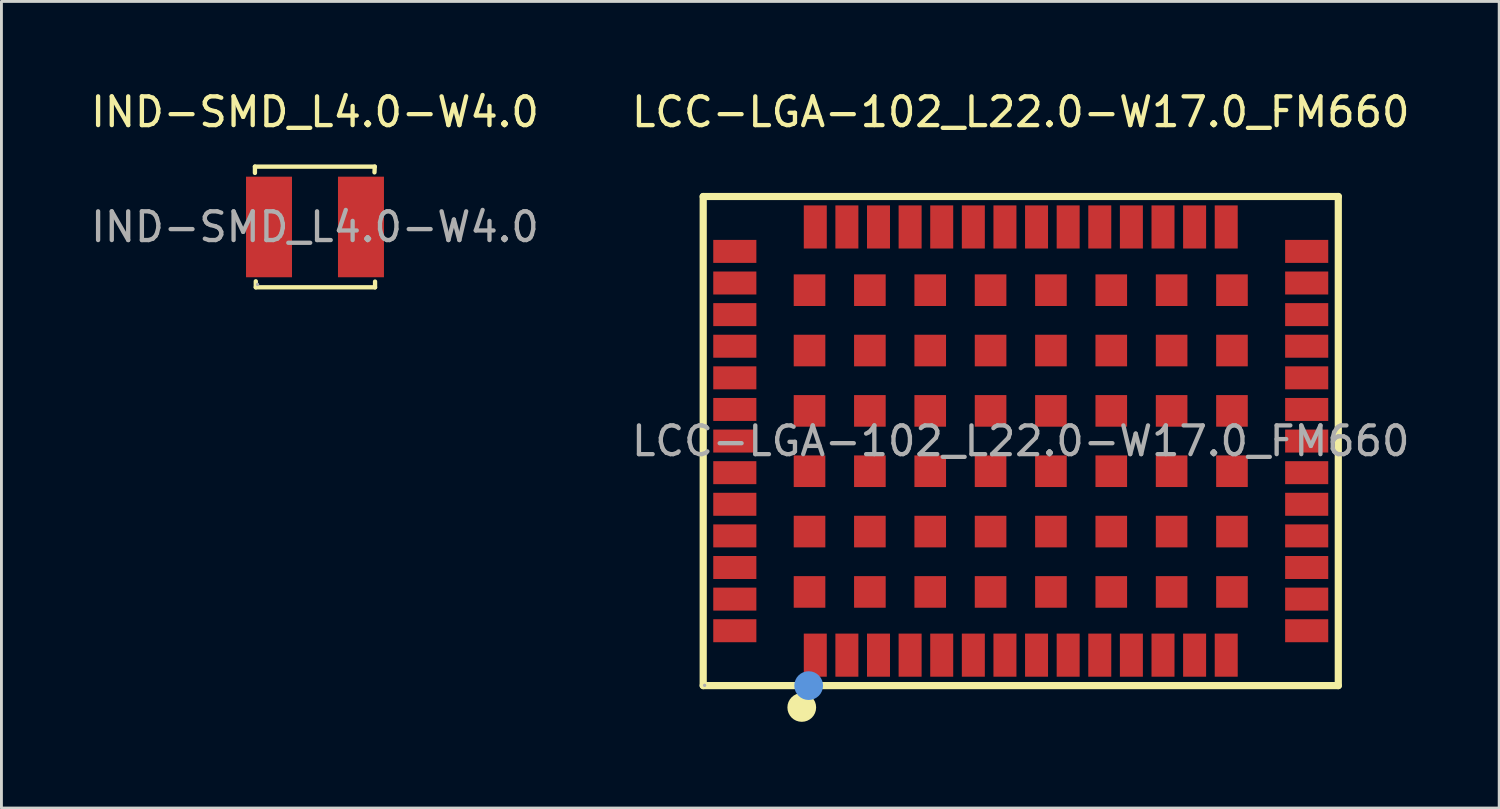
<source format=kicad_pcb>
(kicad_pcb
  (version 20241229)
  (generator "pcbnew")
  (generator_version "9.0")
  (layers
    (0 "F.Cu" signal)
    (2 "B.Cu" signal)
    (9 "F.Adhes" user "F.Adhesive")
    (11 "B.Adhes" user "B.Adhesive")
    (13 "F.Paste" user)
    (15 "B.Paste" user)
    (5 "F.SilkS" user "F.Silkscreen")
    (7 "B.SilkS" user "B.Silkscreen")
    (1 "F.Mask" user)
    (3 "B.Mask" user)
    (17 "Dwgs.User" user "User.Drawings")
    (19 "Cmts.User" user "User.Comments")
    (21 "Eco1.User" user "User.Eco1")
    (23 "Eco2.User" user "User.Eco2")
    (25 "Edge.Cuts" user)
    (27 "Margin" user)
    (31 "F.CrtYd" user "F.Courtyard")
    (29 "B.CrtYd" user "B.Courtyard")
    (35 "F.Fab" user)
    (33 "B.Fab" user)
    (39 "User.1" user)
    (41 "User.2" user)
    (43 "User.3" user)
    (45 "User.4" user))
  (footprint "LCC-LGA-102_L22.0-W17.0_FM660"
    (layer "F.Cu")
    (at 32.47 12.298)
    (property "Reference" "LCC-LGA-102_L22.0-W17.0_FM660" (at 0 -11.45 0) (layer "F.SilkS") (effects (font (size 1 1) (thickness 0.15))))
    (attr smd)
    (fp_line (start -11.05 -8.51) (end 11.05 -8.51) (stroke (width 0.25) (type solid)) (layer "F.SilkS"))
    (fp_line (start -11.05 8.51) (end -11.05 -8.51) (stroke (width 0.25) (type solid)) (layer "F.SilkS"))
    (fp_line (start 11.05 -8.51) (end 11.05 8.51) (stroke (width 0.25) (type solid)) (layer "F.SilkS"))
    (fp_line (start 11.05 8.51) (end -11.05 8.51) (stroke (width 0.25) (type solid)) (layer "F.SilkS"))
    (fp_circle (center -7.62 9.27) (end -7.37 9.27) (stroke (width 0.5) (type solid)) (fill no) (layer "F.SilkS"))
    (fp_circle (center -7.38 8.51) (end -7.13 8.51) (stroke (width 0.5) (type solid)) (fill no) (layer "Cmts.User"))
    (fp_circle (center -11 8.5) (end -10.97 8.5) (stroke (width 0.06) (type solid)) (fill no) (layer "F.Fab"))
    (fp_text user "${REFERENCE}" (at 0 0 0) (layer "F.Fab") (effects (font (size 1 1) (thickness 0.15))))
    (pad "1" smd rect (at -7.15 7.45) (size 0.8 1.5) (layers "F.Cu" "F.Mask" "F.Paste"))
    (pad "2" smd rect (at -6.05 7.45) (size 0.8 1.5) (layers "F.Cu" "F.Mask" "F.Paste"))
    (pad "3" smd rect (at -4.95 7.45) (size 0.8 1.5) (layers "F.Cu" "F.Mask" "F.Paste"))
    (pad "4" smd rect (at -3.85 7.45) (size 0.8 1.5) (layers "F.Cu" "F.Mask" "F.Paste"))
    (pad "5" smd rect (at -2.75 7.45) (size 0.8 1.5) (layers "F.Cu" "F.Mask" "F.Paste"))
    (pad "6" smd rect (at -1.65 7.45) (size 0.8 1.5) (layers "F.Cu" "F.Mask" "F.Paste"))
    (pad "7" smd rect (at -0.55 7.45) (size 0.8 1.5) (layers "F.Cu" "F.Mask" "F.Paste"))
    (pad "8" smd rect (at 0.55 7.45) (size 0.8 1.5) (layers "F.Cu" "F.Mask" "F.Paste"))
    (pad "9" smd rect (at 1.65 7.45) (size 0.8 1.5) (layers "F.Cu" "F.Mask" "F.Paste"))
    (pad "10" smd rect (at 2.75 7.45) (size 0.8 1.5) (layers "F.Cu" "F.Mask" "F.Paste"))
    (pad "11" smd rect (at 3.85 7.45) (size 0.8 1.5) (layers "F.Cu" "F.Mask" "F.Paste"))
    (pad "12" smd rect (at 4.95 7.45) (size 0.8 1.5) (layers "F.Cu" "F.Mask" "F.Paste"))
    (pad "13" smd rect (at 6.05 7.45) (size 0.8 1.5) (layers "F.Cu" "F.Mask" "F.Paste"))
    (pad "14" smd rect (at 7.15 7.45) (size 0.8 1.5) (layers "F.Cu" "F.Mask" "F.Paste"))
    (pad "15" smd rect (at 9.95 6.6 90) (size 0.8 1.5) (layers "F.Cu" "F.Mask" "F.Paste"))
    (pad "16" smd rect (at 9.95 5.5 90) (size 0.8 1.5) (layers "F.Cu" "F.Mask" "F.Paste"))
    (pad "17" smd rect (at 9.95 4.4 90) (size 0.8 1.5) (layers "F.Cu" "F.Mask" "F.Paste"))
    (pad "18" smd rect (at 9.95 3.3 90) (size 0.8 1.5) (layers "F.Cu" "F.Mask" "F.Paste"))
    (pad "19" smd rect (at 9.95 2.2 90) (size 0.8 1.5) (layers "F.Cu" "F.Mask" "F.Paste"))
    (pad "20" smd rect (at 9.95 1.1 90) (size 0.8 1.5) (layers "F.Cu" "F.Mask" "F.Paste"))
    (pad "21" smd rect (at 9.95 0 90) (size 0.8 1.5) (layers "F.Cu" "F.Mask" "F.Paste"))
    (pad "22" smd rect (at 9.95 -1.1 90) (size 0.8 1.5) (layers "F.Cu" "F.Mask" "F.Paste"))
    (pad "23" smd rect (at 9.95 -2.2 90) (size 0.8 1.5) (layers "F.Cu" "F.Mask" "F.Paste"))
    (pad "24" smd rect (at 9.95 -3.3 90) (size 0.8 1.5) (layers "F.Cu" "F.Mask" "F.Paste"))
    (pad "25" smd rect (at 9.95 -4.4 90) (size 0.8 1.5) (layers "F.Cu" "F.Mask" "F.Paste"))
    (pad "26" smd rect (at 9.95 -5.5 90) (size 0.8 1.5) (layers "F.Cu" "F.Mask" "F.Paste"))
    (pad "27" smd rect (at 9.95 -6.6 90) (size 0.8 1.5) (layers "F.Cu" "F.Mask" "F.Paste"))
    (pad "28" smd rect (at 7.15 -7.45 180) (size 0.8 1.5) (layers "F.Cu" "F.Mask" "F.Paste"))
    (pad "29" smd rect (at 6.05 -7.45 180) (size 0.8 1.5) (layers "F.Cu" "F.Mask" "F.Paste"))
    (pad "30" smd rect (at 4.95 -7.45 180) (size 0.8 1.5) (layers "F.Cu" "F.Mask" "F.Paste"))
    (pad "31" smd rect (at 3.85 -7.45 180) (size 0.8 1.5) (layers "F.Cu" "F.Mask" "F.Paste"))
    (pad "32" smd rect (at 2.75 -7.45 180) (size 0.8 1.5) (layers "F.Cu" "F.Mask" "F.Paste"))
    (pad "33" smd rect (at 1.65 -7.45 180) (size 0.8 1.5) (layers "F.Cu" "F.Mask" "F.Paste"))
    (pad "34" smd rect (at 0.55 -7.45 180) (size 0.8 1.5) (layers "F.Cu" "F.Mask" "F.Paste"))
    (pad "35" smd rect (at -0.55 -7.45 180) (size 0.8 1.5) (layers "F.Cu" "F.Mask" "F.Paste"))
    (pad "36" smd rect (at -1.65 -7.45 180) (size 0.8 1.5) (layers "F.Cu" "F.Mask" "F.Paste"))
    (pad "37" smd rect (at -2.75 -7.45 180) (size 0.8 1.5) (layers "F.Cu" "F.Mask" "F.Paste"))
    (pad "38" smd rect (at -3.85 -7.45 180) (size 0.8 1.5) (layers "F.Cu" "F.Mask" "F.Paste"))
    (pad "39" smd rect (at -4.95 -7.45 180) (size 0.8 1.5) (layers "F.Cu" "F.Mask" "F.Paste"))
    (pad "40" smd rect (at -6.05 -7.45 180) (size 0.8 1.5) (layers "F.Cu" "F.Mask" "F.Paste"))
    (pad "41" smd rect (at -7.15 -7.45 180) (size 0.8 1.5) (layers "F.Cu" "F.Mask" "F.Paste"))
    (pad "42" smd rect (at -9.95 -6.6 270) (size 0.8 1.5) (layers "F.Cu" "F.Mask" "F.Paste"))
    (pad "43" smd rect (at -9.95 -5.5 270) (size 0.8 1.5) (layers "F.Cu" "F.Mask" "F.Paste"))
    (pad "44" smd rect (at -9.95 -4.4 270) (size 0.8 1.5) (layers "F.Cu" "F.Mask" "F.Paste"))
    (pad "45" smd rect (at -9.95 -3.3 270) (size 0.8 1.5) (layers "F.Cu" "F.Mask" "F.Paste"))
    (pad "46" smd rect (at -9.95 -2.2 270) (size 0.8 1.5) (layers "F.Cu" "F.Mask" "F.Paste"))
    (pad "47" smd rect (at -9.95 -1.1 270) (size 0.8 1.5) (layers "F.Cu" "F.Mask" "F.Paste"))
    (pad "48" smd rect (at -9.95 0 270) (size 0.8 1.5) (layers "F.Cu" "F.Mask" "F.Paste"))
    (pad "49" smd rect (at -9.95 1.1 270) (size 0.8 1.5) (layers "F.Cu" "F.Mask" "F.Paste"))
    (pad "50" smd rect (at -9.95 2.2 270) (size 0.8 1.5) (layers "F.Cu" "F.Mask" "F.Paste"))
    (pad "51" smd rect (at -9.95 3.3 270) (size 0.8 1.5) (layers "F.Cu" "F.Mask" "F.Paste"))
    (pad "52" smd rect (at -9.95 4.4 270) (size 0.8 1.5) (layers "F.Cu" "F.Mask" "F.Paste"))
    (pad "53" smd rect (at -9.95 5.5 270) (size 0.8 1.5) (layers "F.Cu" "F.Mask" "F.Paste"))
    (pad "54" smd rect (at -9.95 6.6 270) (size 0.8 1.5) (layers "F.Cu" "F.Mask" "F.Paste"))
    (pad "55" smd rect (at -7.35 5.25) (size 1.1 1.1) (layers "F.Cu" "F.Mask" "F.Paste"))
    (pad "56" smd rect (at -5.25 5.25) (size 1.1 1.1) (layers "F.Cu" "F.Mask" "F.Paste"))
    (pad "57" smd rect (at -3.15 5.25) (size 1.1 1.1) (layers "F.Cu" "F.Mask" "F.Paste"))
    (pad "58" smd rect (at -1.05 5.25) (size 1.1 1.1) (layers "F.Cu" "F.Mask" "F.Paste"))
    (pad "59" smd rect (at 1.05 5.25) (size 1.1 1.1) (layers "F.Cu" "F.Mask" "F.Paste"))
    (pad "60" smd rect (at 3.15 5.25) (size 1.1 1.1) (layers "F.Cu" "F.Mask" "F.Paste"))
    (pad "61" smd rect (at 5.25 5.25) (size 1.1 1.1) (layers "F.Cu" "F.Mask" "F.Paste"))
    (pad "62" smd rect (at 7.35 5.25) (size 1.1 1.1) (layers "F.Cu" "F.Mask" "F.Paste"))
    (pad "63" smd rect (at 7.35 3.15) (size 1.1 1.1) (layers "F.Cu" "F.Mask" "F.Paste"))
    (pad "64" smd rect (at 5.25 3.15) (size 1.1 1.1) (layers "F.Cu" "F.Mask" "F.Paste"))
    (pad "65" smd rect (at 3.15 3.15) (size 1.1 1.1) (layers "F.Cu" "F.Mask" "F.Paste"))
    (pad "66" smd rect (at 1.05 3.15) (size 1.1 1.1) (layers "F.Cu" "F.Mask" "F.Paste"))
    (pad "67" smd rect (at -1.05 3.15) (size 1.1 1.1) (layers "F.Cu" "F.Mask" "F.Paste"))
    (pad "68" smd rect (at -3.15 3.15) (size 1.1 1.1) (layers "F.Cu" "F.Mask" "F.Paste"))
    (pad "69" smd rect (at -5.25 3.15) (size 1.1 1.1) (layers "F.Cu" "F.Mask" "F.Paste"))
    (pad "70" smd rect (at -7.35 3.15) (size 1.1 1.1) (layers "F.Cu" "F.Mask" "F.Paste"))
    (pad "71" smd rect (at 7.35 1.05) (size 1.1 1.1) (layers "F.Cu" "F.Mask" "F.Paste"))
    (pad "72" smd rect (at 5.25 1.05) (size 1.1 1.1) (layers "F.Cu" "F.Mask" "F.Paste"))
    (pad "73" smd rect (at 3.15 1.05) (size 1.1 1.1) (layers "F.Cu" "F.Mask" "F.Paste"))
    (pad "74" smd rect (at 1.05 1.05) (size 1.1 1.1) (layers "F.Cu" "F.Mask" "F.Paste"))
    (pad "75" smd rect (at -1.05 1.05) (size 1.1 1.1) (layers "F.Cu" "F.Mask" "F.Paste"))
    (pad "76" smd rect (at -3.15 1.05) (size 1.1 1.1) (layers "F.Cu" "F.Mask" "F.Paste"))
    (pad "77" smd rect (at -5.25 1.05) (size 1.1 1.1) (layers "F.Cu" "F.Mask" "F.Paste"))
    (pad "78" smd rect (at -7.35 1.05) (size 1.1 1.1) (layers "F.Cu" "F.Mask" "F.Paste"))
    (pad "79" smd rect (at 7.35 -1.05) (size 1.1 1.1) (layers "F.Cu" "F.Mask" "F.Paste"))
    (pad "80" smd rect (at 5.25 -1.05) (size 1.1 1.1) (layers "F.Cu" "F.Mask" "F.Paste"))
    (pad "81" smd rect (at 3.15 -1.05) (size 1.1 1.1) (layers "F.Cu" "F.Mask" "F.Paste"))
    (pad "82" smd rect (at 1.05 -1.05) (size 1.1 1.1) (layers "F.Cu" "F.Mask" "F.Paste"))
    (pad "83" smd rect (at -1.05 -1.05) (size 1.1 1.1) (layers "F.Cu" "F.Mask" "F.Paste"))
    (pad "84" smd rect (at -3.15 -1.05) (size 1.1 1.1) (layers "F.Cu" "F.Mask" "F.Paste"))
    (pad "85" smd rect (at -5.25 -1.05) (size 1.1 1.1) (layers "F.Cu" "F.Mask" "F.Paste"))
    (pad "86" smd rect (at -7.35 -1.05) (size 1.1 1.1) (layers "F.Cu" "F.Mask" "F.Paste"))
    (pad "87" smd rect (at 7.35 -3.15) (size 1.1 1.1) (layers "F.Cu" "F.Mask" "F.Paste"))
    (pad "88" smd rect (at 5.25 -3.15) (size 1.1 1.1) (layers "F.Cu" "F.Mask" "F.Paste"))
    (pad "89" smd rect (at 3.15 -3.15) (size 1.1 1.1) (layers "F.Cu" "F.Mask" "F.Paste"))
    (pad "90" smd rect (at 1.05 -3.15) (size 1.1 1.1) (layers "F.Cu" "F.Mask" "F.Paste"))
    (pad "91" smd rect (at -1.05 -3.15) (size 1.1 1.1) (layers "F.Cu" "F.Mask" "F.Paste"))
    (pad "92" smd rect (at -3.15 -3.15) (size 1.1 1.1) (layers "F.Cu" "F.Mask" "F.Paste"))
    (pad "93" smd rect (at -5.25 -3.15) (size 1.1 1.1) (layers "F.Cu" "F.Mask" "F.Paste"))
    (pad "94" smd rect (at -7.35 -3.15) (size 1.1 1.1) (layers "F.Cu" "F.Mask" "F.Paste"))
    (pad "95" smd rect (at 7.35 -5.25) (size 1.1 1.1) (layers "F.Cu" "F.Mask" "F.Paste"))
    (pad "96" smd rect (at 5.25 -5.25) (size 1.1 1.1) (layers "F.Cu" "F.Mask" "F.Paste"))
    (pad "97" smd rect (at 3.15 -5.25) (size 1.1 1.1) (layers "F.Cu" "F.Mask" "F.Paste"))
    (pad "98" smd rect (at 1.05 -5.25) (size 1.1 1.1) (layers "F.Cu" "F.Mask" "F.Paste"))
    (pad "99" smd rect (at -1.05 -5.25) (size 1.1 1.1) (layers "F.Cu" "F.Mask" "F.Paste"))
    (pad "100" smd rect (at -3.15 -5.25) (size 1.1 1.1) (layers "F.Cu" "F.Mask" "F.Paste"))
    (pad "101" smd rect (at -5.25 -5.25) (size 1.1 1.1) (layers "F.Cu" "F.Mask" "F.Paste"))
    (pad "102" smd rect (at -7.35 -5.25) (size 1.1 1.1) (layers "F.Cu" "F.Mask" "F.Paste")))
  (footprint "IND-SMD_L4.0-W4.0"
    (layer "F.Cu")
    (at 7.911 4.848)
    (property "Reference" "IND-SMD_L4.0-W4.0" (at 0 -4 0) (layer "F.SilkS") (effects (font (size 1 1) (thickness 0.15))))
    (attr smd)
    (fp_line (start -2.09 -2.1) (end -2.09 -1.88) (stroke (width 0.15) (type solid)) (layer "F.SilkS"))
    (fp_line (start -2.06 1.89) (end -2.06 2.1) (stroke (width 0.15) (type solid)) (layer "F.SilkS"))
    (fp_line (start -2.06 2.1) (end 2.09 2.1) (stroke (width 0.15) (type solid)) (layer "F.SilkS"))
    (fp_line (start 2.07 -1.9) (end 2.08 -2.1) (stroke (width 0.15) (type solid)) (layer "F.SilkS"))
    (fp_line (start 2.08 -2.1) (end -2.09 -2.1) (stroke (width 0.15) (type solid)) (layer "F.SilkS"))
    (fp_line (start 2.09 2.1) (end 2.09 1.9) (stroke (width 0.15) (type solid)) (layer "F.SilkS"))
    (fp_circle (center -2 2) (end -1.97 2) (stroke (width 0.06) (type solid)) (fill no) (layer "F.Fab"))
    (fp_text user "${REFERENCE}" (at 0 0 0) (layer "F.Fab") (effects (font (size 1 1) (thickness 0.15))))
    (pad "1" smd rect (at -1.6 0) (size 1.6 3.5) (layers "F.Cu" "F.Mask" "F.Paste"))
    (pad "2" smd rect (at 1.6 0) (size 1.6 3.5) (layers "F.Cu" "F.Mask" "F.Paste")))
  (gr_rect
    (start -3 -3)
    (end 49.119 25.068)
    (stroke (width 0.1) (type default))
    (fill no)
    (layer "Edge.Cuts")))
</source>
